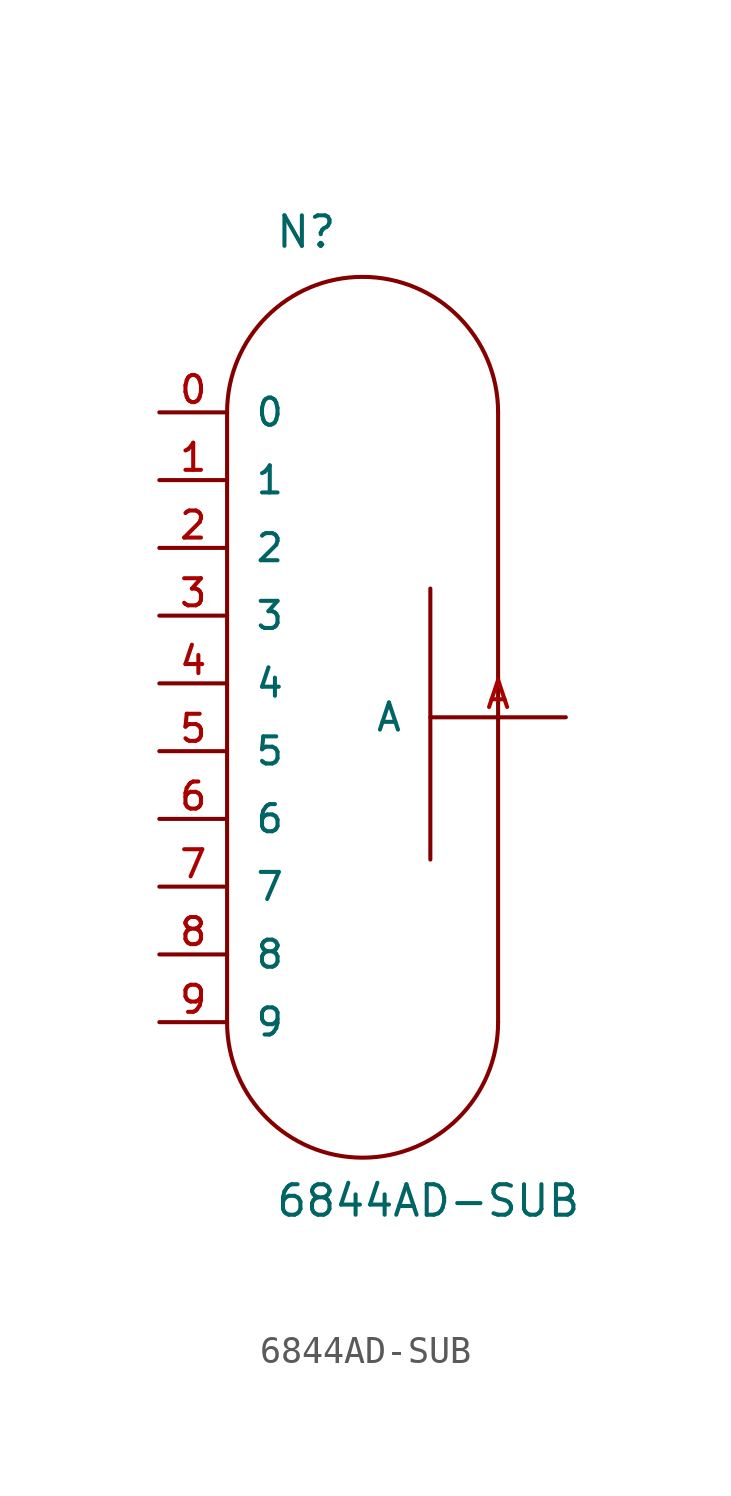
<source format=kicad_sym>
(kicad_symbol_lib
  (version 20211014)
  (generator kicad_symbol_editor)
  (symbol "6844AD-SUB"
    (pin_names
      (offset 1.016))
    (property "Reference" "N"
      (at -38.862 41.656 0)
      (effects (font (size 1.143 1.143)) (justify left bottom)))
    (property "Value" "6844AD-SUB"
      (at -38.862 5.334 0)
      (effects (font (size 1.143 1.143)) (justify left bottom)))
    (property "ki_locked" ""
      (at 0 0 0)
      (effects (font (size 1.27 1.27))))
    (symbol "6844AD-SUB_1_0"
      (polyline (pts (xy -40.64 35.56) (xy -40.64 12.7)) (stroke (width 0) (type default) (color 0 0 0 0)) (fill (type none)))
      (polyline (pts (xy -33.02 28.956) (xy -33.02 18.796)) (stroke (width 0) (type default) (color 0 0 0 0)) (fill (type none)))
      (polyline (pts (xy -30.48 35.56) (xy -30.48 12.7)) (stroke (width 0) (type default) (color 0 0 0 0)) (fill (type none))))
    (symbol "6844AD-SUB_1_1"
      (arc (start -40.64 12.7) (mid -35.56 7.62) (end -30.48 12.7) (stroke (width 0) (type default) (color 0 0 0 0)) (fill (type none)))
      (arc (start -30.48 35.56) (mid -35.56 40.64) (end -40.64 35.56) (stroke (width 0) (type default) (color 0 0 0 0)) (fill (type none)))
      (pin passive line (at -43.18 35.56 0) (length 2.54) (name "0" (effects (font (size 1.016 1.016)))) (number "0" (effects (font (size 1.016 1.016)))))
      (pin passive line (at -43.18 33.02 0) (length 2.54) (name "1" (effects (font (size 1.016 1.016)))) (number "1" (effects (font (size 1.016 1.016)))))
      (pin passive line (at -43.18 30.48 0) (length 2.54) (name "2" (effects (font (size 1.016 1.016)))) (number "2" (effects (font (size 1.016 1.016)))))
      (pin passive line (at -43.18 27.94 0) (length 2.54) (name "3" (effects (font (size 1.016 1.016)))) (number "3" (effects (font (size 1.016 1.016)))))
      (pin passive line (at -43.18 25.4 0) (length 2.54) (name "4" (effects (font (size 1.016 1.016)))) (number "4" (effects (font (size 1.016 1.016)))))
      (pin passive line (at -43.18 22.86 0) (length 2.54) (name "5" (effects (font (size 1.016 1.016)))) (number "5" (effects (font (size 1.016 1.016)))))
      (pin passive line (at -43.18 20.32 0) (length 2.54) (name "6" (effects (font (size 1.016 1.016)))) (number "6" (effects (font (size 1.016 1.016)))))
      (pin passive line (at -43.18 17.78 0) (length 2.54) (name "7" (effects (font (size 1.016 1.016)))) (number "7" (effects (font (size 1.016 1.016)))))
      (pin passive line (at -43.18 15.24 0) (length 2.54) (name "8" (effects (font (size 1.016 1.016)))) (number "8" (effects (font (size 1.016 1.016)))))
      (pin passive line (at -43.18 12.7 0) (length 2.54) (name "9" (effects (font (size 1.016 1.016)))) (number "9" (effects (font (size 1.016 1.016)))))
      (pin passive line (at -27.94 24.13 180) (length 5.08) (name "A" (effects (font (size 1.016 1.016)))) (number "A" (effects (font (size 1.016 1.016))))))))
</source>
